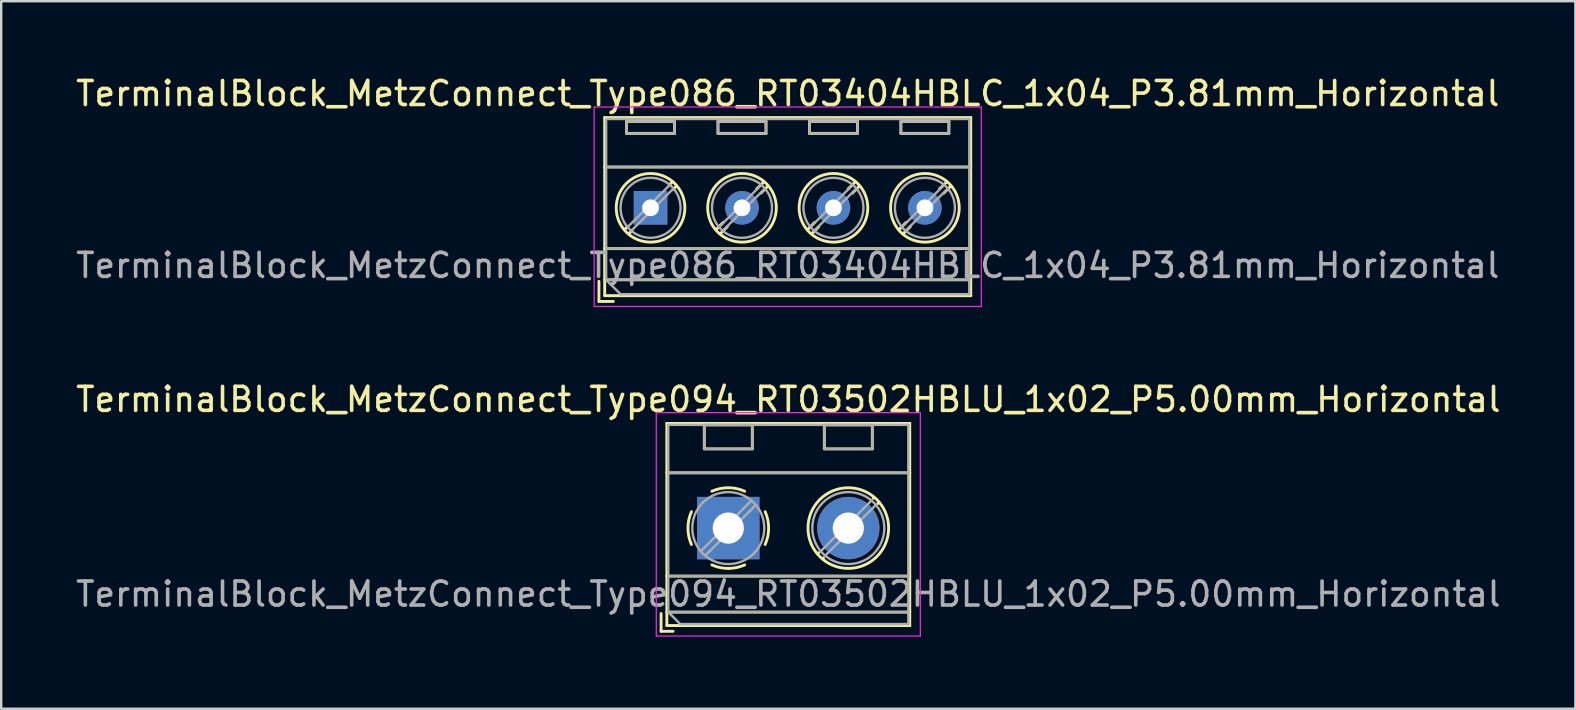
<source format=kicad_pcb>
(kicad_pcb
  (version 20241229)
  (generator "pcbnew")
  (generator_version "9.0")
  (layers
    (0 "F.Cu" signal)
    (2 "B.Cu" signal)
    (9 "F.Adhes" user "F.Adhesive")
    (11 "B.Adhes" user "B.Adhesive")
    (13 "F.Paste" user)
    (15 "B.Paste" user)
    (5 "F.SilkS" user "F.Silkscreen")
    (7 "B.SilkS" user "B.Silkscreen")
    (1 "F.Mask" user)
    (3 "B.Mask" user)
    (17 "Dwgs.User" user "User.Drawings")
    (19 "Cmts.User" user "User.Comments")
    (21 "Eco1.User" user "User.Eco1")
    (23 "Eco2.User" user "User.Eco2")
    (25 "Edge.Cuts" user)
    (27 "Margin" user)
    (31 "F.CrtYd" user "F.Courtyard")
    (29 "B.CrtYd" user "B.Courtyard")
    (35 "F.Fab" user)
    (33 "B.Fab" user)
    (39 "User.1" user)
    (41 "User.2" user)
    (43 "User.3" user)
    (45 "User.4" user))
  (footprint "TerminalBlock_MetzConnect_Type094_RT03502HBLU_1x02_P5.00mm_Horizontal"
    (layer "F.Cu")
    (at 27.292 18.951)
    (property "Reference" "TerminalBlock_MetzConnect_Type094_RT03502HBLU_1x02_P5.00mm_Horizontal" (at 2.5 -5.36 0) (layer "F.SilkS") (effects (font (size 1 1) (thickness 0.15))))
    (attr through_hole)
    (fp_line (start -2.8 3.56) (end -2.8 4.3) (stroke (width 0.12) (type solid)) (layer "F.SilkS"))
    (fp_line (start -2.8 4.3) (end -2.3 4.3) (stroke (width 0.12) (type solid)) (layer "F.SilkS"))
    (fp_line (start -2.56 -4.36) (end -2.56 4.06) (stroke (width 0.12) (type solid)) (layer "F.SilkS"))
    (fp_line (start -2.56 -4.36) (end 7.56 -4.36) (stroke (width 0.12) (type solid)) (layer "F.SilkS"))
    (fp_line (start -2.56 -2.301) (end 7.56 -2.301) (stroke (width 0.12) (type solid)) (layer "F.SilkS"))
    (fp_line (start -2.56 2) (end 7.56 2) (stroke (width 0.12) (type solid)) (layer "F.SilkS"))
    (fp_line (start -2.56 3.5) (end 7.56 3.5) (stroke (width 0.12) (type solid)) (layer "F.SilkS"))
    (fp_line (start -2.56 4.06) (end 7.56 4.06) (stroke (width 0.12) (type solid)) (layer "F.SilkS"))
    (fp_line (start -1 -4.3) (end -1 -3.3) (stroke (width 0.12) (type solid)) (layer "F.SilkS"))
    (fp_line (start -1 -4.3) (end 1 -4.3) (stroke (width 0.12) (type solid)) (layer "F.SilkS"))
    (fp_line (start -1 -3.3) (end 1 -3.3) (stroke (width 0.12) (type solid)) (layer "F.SilkS"))
    (fp_line (start 1 -4.3) (end 1 -3.3) (stroke (width 0.12) (type solid)) (layer "F.SilkS"))
    (fp_line (start 3.773 1.023) (end 3.726 1.069) (stroke (width 0.12) (type solid)) (layer "F.SilkS"))
    (fp_line (start 3.966 1.239) (end 3.931 1.274) (stroke (width 0.12) (type solid)) (layer "F.SilkS"))
    (fp_line (start 4 -4.3) (end 4 -3.3) (stroke (width 0.12) (type solid)) (layer "F.SilkS"))
    (fp_line (start 4 -4.3) (end 6 -4.3) (stroke (width 0.12) (type solid)) (layer "F.SilkS"))
    (fp_line (start 4 -3.3) (end 6 -3.3) (stroke (width 0.12) (type solid)) (layer "F.SilkS"))
    (fp_line (start 6 -4.3) (end 6 -3.3) (stroke (width 0.12) (type solid)) (layer "F.SilkS"))
    (fp_line (start 6.07 -1.275) (end 6.035 -1.239) (stroke (width 0.12) (type solid)) (layer "F.SilkS"))
    (fp_line (start 6.275 -1.069) (end 6.228 -1.023) (stroke (width 0.12) (type solid)) (layer "F.SilkS"))
    (fp_line (start 7.56 -4.36) (end 7.56 4.06) (stroke (width 0.12) (type solid)) (layer "F.SilkS"))
    (fp_arc (start -1.535427 0.683042) (mid -1.680501 -0.000524) (end -1.535 -0.684) (stroke (width 0.12) (type solid)) (layer "F.SilkS"))
    (fp_arc (start -0.683042 -1.535427) (mid 0.000524 -1.680501) (end 0.684 -1.535) (stroke (width 0.12) (type solid)) (layer "F.SilkS"))
    (fp_arc (start 0.028805 1.680253) (mid -0.335551 1.646659) (end -0.684 1.535) (stroke (width 0.12) (type solid)) (layer "F.SilkS"))
    (fp_arc (start 0.683318 1.534756) (mid 0.349292 1.643288) (end 0 1.68) (stroke (width 0.12) (type solid)) (layer "F.SilkS"))
    (fp_arc (start 1.535427 -0.683042) (mid 1.680501 0.000524) (end 1.535 0.684) (stroke (width 0.12) (type solid)) (layer "F.SilkS"))
    (fp_circle (center 5 0) (end 6.68 0) (stroke (width 0.12) (type solid)) (fill no) (layer "F.SilkS"))
    (fp_line (start -3 -4.81) (end -3 4.5) (stroke (width 0.05) (type solid)) (layer "F.CrtYd"))
    (fp_line (start -3 4.5) (end 8 4.5) (stroke (width 0.05) (type solid)) (layer "F.CrtYd"))
    (fp_line (start 8 -4.81) (end -3 -4.81) (stroke (width 0.05) (type solid)) (layer "F.CrtYd"))
    (fp_line (start 8 4.5) (end 8 -4.81) (stroke (width 0.05) (type solid)) (layer "F.CrtYd"))
    (fp_line (start -2.5 -4.3) (end 7.5 -4.3) (stroke (width 0.1) (type solid)) (layer "F.Fab"))
    (fp_line (start -2.5 -2.3) (end 7.5 -2.3) (stroke (width 0.1) (type solid)) (layer "F.Fab"))
    (fp_line (start -2.5 2) (end 7.5 2) (stroke (width 0.1) (type solid)) (layer "F.Fab"))
    (fp_line (start -2.5 3.5) (end -2.5 -4.3) (stroke (width 0.1) (type solid)) (layer "F.Fab"))
    (fp_line (start -2.5 3.5) (end 7.5 3.5) (stroke (width 0.1) (type solid)) (layer "F.Fab"))
    (fp_line (start -2 4) (end -2.5 3.5) (stroke (width 0.1) (type solid)) (layer "F.Fab"))
    (fp_line (start -1 -4.3) (end -1 -3.3) (stroke (width 0.1) (type solid)) (layer "F.Fab"))
    (fp_line (start -1 -3.3) (end 1 -3.3) (stroke (width 0.1) (type solid)) (layer "F.Fab"))
    (fp_line (start 0.955 -1.138) (end -1.138 0.955) (stroke (width 0.1) (type solid)) (layer "F.Fab"))
    (fp_line (start 1 -4.3) (end -1 -4.3) (stroke (width 0.1) (type solid)) (layer "F.Fab"))
    (fp_line (start 1 -3.3) (end 1 -4.3) (stroke (width 0.1) (type solid)) (layer "F.Fab"))
    (fp_line (start 1.138 -0.955) (end -0.955 1.138) (stroke (width 0.1) (type solid)) (layer "F.Fab"))
    (fp_line (start 4 -4.3) (end 4 -3.3) (stroke (width 0.1) (type solid)) (layer "F.Fab"))
    (fp_line (start 4 -3.3) (end 6 -3.3) (stroke (width 0.1) (type solid)) (layer "F.Fab"))
    (fp_line (start 5.955 -1.138) (end 3.863 0.955) (stroke (width 0.1) (type solid)) (layer "F.Fab"))
    (fp_line (start 6 -4.3) (end 4 -4.3) (stroke (width 0.1) (type solid)) (layer "F.Fab"))
    (fp_line (start 6 -3.3) (end 6 -4.3) (stroke (width 0.1) (type solid)) (layer "F.Fab"))
    (fp_line (start 6.138 -0.955) (end 4.046 1.138) (stroke (width 0.1) (type solid)) (layer "F.Fab"))
    (fp_line (start 7.5 -4.3) (end 7.5 4) (stroke (width 0.1) (type solid)) (layer "F.Fab"))
    (fp_line (start 7.5 4) (end -2 4) (stroke (width 0.1) (type solid)) (layer "F.Fab"))
    (fp_circle (center 0 0) (end 1.5 0) (stroke (width 0.1) (type solid)) (fill no) (layer "F.Fab"))
    (fp_circle (center 5 0) (end 6.5 0) (stroke (width 0.1) (type solid)) (fill no) (layer "F.Fab"))
    (fp_text user "${REFERENCE}" (at 2.5 2.75 0) (layer "F.Fab") (effects (font (size 1 1) (thickness 0.15))))
    (pad "1" thru_hole rect (at 0 0) (size 2.6 2.6) (drill 1.3) (layers "*.Cu" "*.Mask"))
    (pad "2" thru_hole circle (at 5 0) (size 2.6 2.6) (drill 1.3) (layers "*.Cu" "*.Mask")))
  (footprint "TerminalBlock_MetzConnect_Type086_RT03404HBLC_1x04_P3.81mm_Horizontal"
    (layer "F.Cu")
    (at 24.053 5.608)
    (property "Reference" "TerminalBlock_MetzConnect_Type086_RT03404HBLC_1x04_P3.81mm_Horizontal" (at 5.715 -4.76 0) (layer "F.SilkS") (effects (font (size 1 1) (thickness 0.15))))
    (attr through_hole)
    (fp_line (start -2.15 3.06) (end -2.15 3.9) (stroke (width 0.12) (type solid)) (layer "F.SilkS"))
    (fp_line (start -2.15 3.9) (end -1.55 3.9) (stroke (width 0.12) (type solid)) (layer "F.SilkS"))
    (fp_line (start -1.91 -3.76) (end -1.91 3.66) (stroke (width 0.12) (type solid)) (layer "F.SilkS"))
    (fp_line (start -1.91 -3.76) (end 13.34 -3.76) (stroke (width 0.12) (type solid)) (layer "F.SilkS"))
    (fp_line (start -1.91 -1.7) (end 13.34 -1.7) (stroke (width 0.12) (type solid)) (layer "F.SilkS"))
    (fp_line (start -1.91 1.701) (end 13.34 1.701) (stroke (width 0.12) (type solid)) (layer "F.SilkS"))
    (fp_line (start -1.91 3) (end 13.34 3) (stroke (width 0.12) (type solid)) (layer "F.SilkS"))
    (fp_line (start -1.91 3.66) (end 13.34 3.66) (stroke (width 0.12) (type solid)) (layer "F.SilkS"))
    (fp_line (start -1 -3.6) (end -1 -3.1) (stroke (width 0.12) (type solid)) (layer "F.SilkS"))
    (fp_line (start -1 -3.6) (end 1 -3.6) (stroke (width 0.12) (type solid)) (layer "F.SilkS"))
    (fp_line (start -1 -3.1) (end 1 -3.1) (stroke (width 0.12) (type solid)) (layer "F.SilkS"))
    (fp_line (start -0.946 0.771) (end -1.085 0.91) (stroke (width 0.12) (type solid)) (layer "F.SilkS"))
    (fp_line (start -0.771 0.945) (end -0.911 1.085) (stroke (width 0.12) (type solid)) (layer "F.SilkS"))
    (fp_line (start 0.911 -1.085) (end 0.771 -0.945) (stroke (width 0.12) (type solid)) (layer "F.SilkS"))
    (fp_line (start 1 -3.6) (end 1 -3.1) (stroke (width 0.12) (type solid)) (layer "F.SilkS"))
    (fp_line (start 1.085 -0.91) (end 0.945 -0.771) (stroke (width 0.12) (type solid)) (layer "F.SilkS"))
    (fp_line (start 2.81 -3.6) (end 2.81 -3.1) (stroke (width 0.12) (type solid)) (layer "F.SilkS"))
    (fp_line (start 2.81 -3.6) (end 4.81 -3.6) (stroke (width 0.12) (type solid)) (layer "F.SilkS"))
    (fp_line (start 2.81 -3.1) (end 4.81 -3.1) (stroke (width 0.12) (type solid)) (layer "F.SilkS"))
    (fp_line (start 3.025 0.611) (end 2.726 0.91) (stroke (width 0.12) (type solid)) (layer "F.SilkS"))
    (fp_line (start 3.2 0.786) (end 2.9 1.085) (stroke (width 0.12) (type solid)) (layer "F.SilkS"))
    (fp_line (start 4.721 -1.085) (end 4.421 -0.786) (stroke (width 0.12) (type solid)) (layer "F.SilkS"))
    (fp_line (start 4.81 -3.6) (end 4.81 -3.1) (stroke (width 0.12) (type solid)) (layer "F.SilkS"))
    (fp_line (start 4.895 -0.91) (end 4.596 -0.611) (stroke (width 0.12) (type solid)) (layer "F.SilkS"))
    (fp_line (start 6.62 -3.6) (end 6.62 -3.1) (stroke (width 0.12) (type solid)) (layer "F.SilkS"))
    (fp_line (start 6.62 -3.6) (end 8.62 -3.6) (stroke (width 0.12) (type solid)) (layer "F.SilkS"))
    (fp_line (start 6.62 -3.1) (end 8.62 -3.1) (stroke (width 0.12) (type solid)) (layer "F.SilkS"))
    (fp_line (start 6.835 0.611) (end 6.536 0.91) (stroke (width 0.12) (type solid)) (layer "F.SilkS"))
    (fp_line (start 7.01 0.786) (end 6.71 1.085) (stroke (width 0.12) (type solid)) (layer "F.SilkS"))
    (fp_line (start 8.531 -1.085) (end 8.231 -0.786) (stroke (width 0.12) (type solid)) (layer "F.SilkS"))
    (fp_line (start 8.62 -3.6) (end 8.62 -3.1) (stroke (width 0.12) (type solid)) (layer "F.SilkS"))
    (fp_line (start 8.705 -0.91) (end 8.406 -0.611) (stroke (width 0.12) (type solid)) (layer "F.SilkS"))
    (fp_line (start 10.43 -3.6) (end 10.43 -3.1) (stroke (width 0.12) (type solid)) (layer "F.SilkS"))
    (fp_line (start 10.43 -3.6) (end 12.43 -3.6) (stroke (width 0.12) (type solid)) (layer "F.SilkS"))
    (fp_line (start 10.43 -3.1) (end 12.43 -3.1) (stroke (width 0.12) (type solid)) (layer "F.SilkS"))
    (fp_line (start 10.645 0.611) (end 10.346 0.91) (stroke (width 0.12) (type solid)) (layer "F.SilkS"))
    (fp_line (start 10.82 0.786) (end 10.52 1.085) (stroke (width 0.12) (type solid)) (layer "F.SilkS"))
    (fp_line (start 12.341 -1.085) (end 12.041 -0.786) (stroke (width 0.12) (type solid)) (layer "F.SilkS"))
    (fp_line (start 12.43 -3.6) (end 12.43 -3.1) (stroke (width 0.12) (type solid)) (layer "F.SilkS"))
    (fp_line (start 12.515 -0.91) (end 12.216 -0.611) (stroke (width 0.12) (type solid)) (layer "F.SilkS"))
    (fp_line (start 13.34 -3.76) (end 13.34 3.66) (stroke (width 0.12) (type solid)) (layer "F.SilkS"))
    (fp_circle (center 0 0) (end 1.43 0) (stroke (width 0.12) (type solid)) (fill no) (layer "F.SilkS"))
    (fp_circle (center 3.81 0) (end 5.24 0) (stroke (width 0.12) (type solid)) (fill no) (layer "F.SilkS"))
    (fp_circle (center 7.62 0) (end 9.05 0) (stroke (width 0.12) (type solid)) (fill no) (layer "F.SilkS"))
    (fp_circle (center 11.43 0) (end 12.86 0) (stroke (width 0.12) (type solid)) (fill no) (layer "F.SilkS"))
    (fp_line (start -2.35 -4.2) (end -2.35 4.11) (stroke (width 0.05) (type solid)) (layer "F.CrtYd"))
    (fp_line (start -2.35 4.11) (end 13.78 4.11) (stroke (width 0.05) (type solid)) (layer "F.CrtYd"))
    (fp_line (start 13.78 -4.2) (end -2.35 -4.2) (stroke (width 0.05) (type solid)) (layer "F.CrtYd"))
    (fp_line (start 13.78 4.11) (end 13.78 -4.2) (stroke (width 0.05) (type solid)) (layer "F.CrtYd"))
    (fp_line (start -1.85 -3.7) (end 13.28 -3.7) (stroke (width 0.1) (type solid)) (layer "F.Fab"))
    (fp_line (start -1.85 -1.7) (end 13.28 -1.7) (stroke (width 0.1) (type solid)) (layer "F.Fab"))
    (fp_line (start -1.85 1.7) (end 13.28 1.7) (stroke (width 0.1) (type solid)) (layer "F.Fab"))
    (fp_line (start -1.85 3) (end -1.85 -3.7) (stroke (width 0.1) (type solid)) (layer "F.Fab"))
    (fp_line (start -1.85 3) (end 13.28 3) (stroke (width 0.1) (type solid)) (layer "F.Fab"))
    (fp_line (start -1.25 3.6) (end -1.85 3) (stroke (width 0.1) (type solid)) (layer "F.Fab"))
    (fp_line (start -1 -3.6) (end -1 -3.1) (stroke (width 0.1) (type solid)) (layer "F.Fab"))
    (fp_line (start -1 -3.1) (end 1 -3.1) (stroke (width 0.1) (type solid)) (layer "F.Fab"))
    (fp_line (start 0.796 -0.948) (end -0.949 0.796) (stroke (width 0.1) (type solid)) (layer "F.Fab"))
    (fp_line (start 0.949 -0.796) (end -0.796 0.948) (stroke (width 0.1) (type solid)) (layer "F.Fab"))
    (fp_line (start 1 -3.6) (end -1 -3.6) (stroke (width 0.1) (type solid)) (layer "F.Fab"))
    (fp_line (start 1 -3.1) (end 1 -3.6) (stroke (width 0.1) (type solid)) (layer "F.Fab"))
    (fp_line (start 2.81 -3.6) (end 2.81 -3.1) (stroke (width 0.1) (type solid)) (layer "F.Fab"))
    (fp_line (start 2.81 -3.1) (end 4.81 -3.1) (stroke (width 0.1) (type solid)) (layer "F.Fab"))
    (fp_line (start 4.606 -0.948) (end 2.862 0.796) (stroke (width 0.1) (type solid)) (layer "F.Fab"))
    (fp_line (start 4.759 -0.796) (end 3.015 0.948) (stroke (width 0.1) (type solid)) (layer "F.Fab"))
    (fp_line (start 4.81 -3.6) (end 2.81 -3.6) (stroke (width 0.1) (type solid)) (layer "F.Fab"))
    (fp_line (start 4.81 -3.1) (end 4.81 -3.6) (stroke (width 0.1) (type solid)) (layer "F.Fab"))
    (fp_line (start 6.62 -3.6) (end 6.62 -3.1) (stroke (width 0.1) (type solid)) (layer "F.Fab"))
    (fp_line (start 6.62 -3.1) (end 8.62 -3.1) (stroke (width 0.1) (type solid)) (layer "F.Fab"))
    (fp_line (start 8.416 -0.948) (end 6.672 0.796) (stroke (width 0.1) (type solid)) (layer "F.Fab"))
    (fp_line (start 8.569 -0.796) (end 6.825 0.948) (stroke (width 0.1) (type solid)) (layer "F.Fab"))
    (fp_line (start 8.62 -3.6) (end 6.62 -3.6) (stroke (width 0.1) (type solid)) (layer "F.Fab"))
    (fp_line (start 8.62 -3.1) (end 8.62 -3.6) (stroke (width 0.1) (type solid)) (layer "F.Fab"))
    (fp_line (start 10.43 -3.6) (end 10.43 -3.1) (stroke (width 0.1) (type solid)) (layer "F.Fab"))
    (fp_line (start 10.43 -3.1) (end 12.43 -3.1) (stroke (width 0.1) (type solid)) (layer "F.Fab"))
    (fp_line (start 12.226 -0.948) (end 10.482 0.796) (stroke (width 0.1) (type solid)) (layer "F.Fab"))
    (fp_line (start 12.379 -0.796) (end 10.635 0.948) (stroke (width 0.1) (type solid)) (layer "F.Fab"))
    (fp_line (start 12.43 -3.6) (end 10.43 -3.6) (stroke (width 0.1) (type solid)) (layer "F.Fab"))
    (fp_line (start 12.43 -3.1) (end 12.43 -3.6) (stroke (width 0.1) (type solid)) (layer "F.Fab"))
    (fp_line (start 13.28 -3.7) (end 13.28 3.6) (stroke (width 0.1) (type solid)) (layer "F.Fab"))
    (fp_line (start 13.28 3.6) (end -1.25 3.6) (stroke (width 0.1) (type solid)) (layer "F.Fab"))
    (fp_circle (center 0 0) (end 1.25 0) (stroke (width 0.1) (type solid)) (fill no) (layer "F.Fab"))
    (fp_circle (center 3.81 0) (end 5.06 0) (stroke (width 0.1) (type solid)) (fill no) (layer "F.Fab"))
    (fp_circle (center 7.62 0) (end 8.87 0) (stroke (width 0.1) (type solid)) (fill no) (layer "F.Fab"))
    (fp_circle (center 11.43 0) (end 12.68 0) (stroke (width 0.1) (type solid)) (fill no) (layer "F.Fab"))
    (fp_text user "${REFERENCE}" (at 5.715 2.4 0) (layer "F.Fab") (effects (font (size 1 1) (thickness 0.15))))
    (pad "1" thru_hole rect (at 0 0) (size 1.4 1.4) (drill 0.7) (layers "*.Cu" "*.Mask"))
    (pad "2" thru_hole circle (at 3.81 0) (size 1.4 1.4) (drill 0.7) (layers "*.Cu" "*.Mask"))
    (pad "3" thru_hole circle (at 7.62 0) (size 1.4 1.4) (drill 0.7) (layers "*.Cu" "*.Mask"))
    (pad "4" thru_hole circle (at 11.43 0) (size 1.4 1.4) (drill 0.7) (layers "*.Cu" "*.Mask")))
  (gr_rect
    (start -3 -3)
    (end 62.583 26.477)
    (stroke (width 0.1) (type default))
    (fill no)
    (layer "Edge.Cuts")))
</source>
